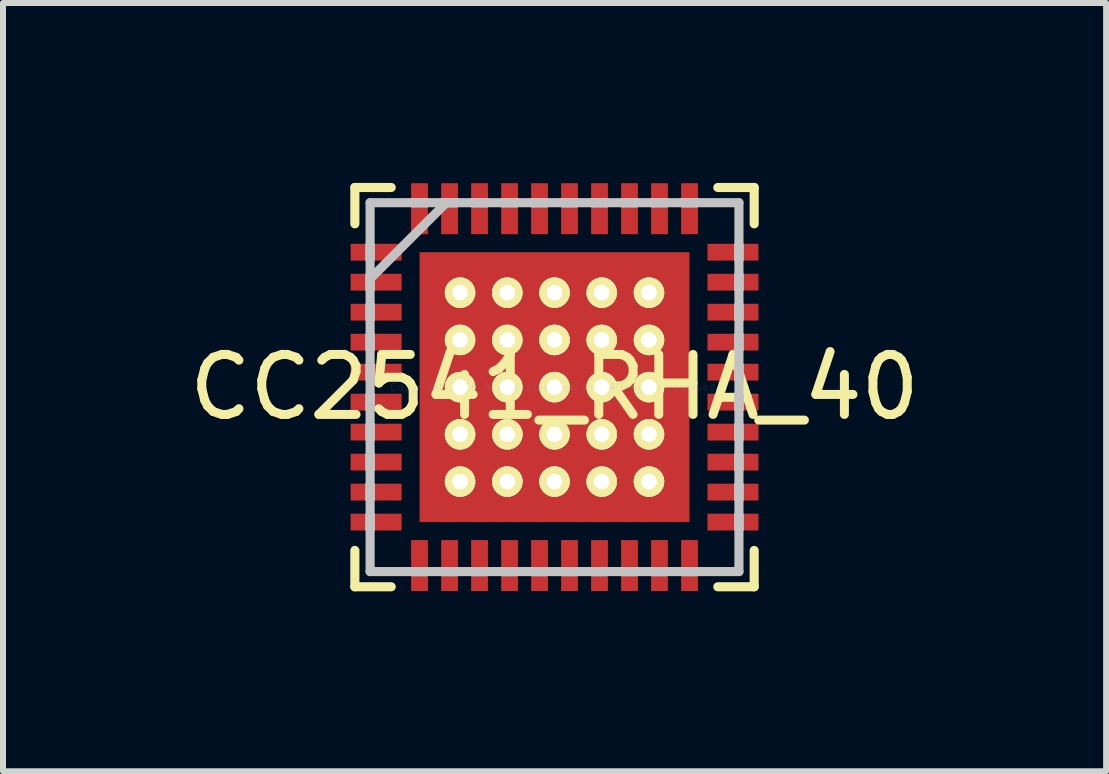
<source format=kicad_pcb>
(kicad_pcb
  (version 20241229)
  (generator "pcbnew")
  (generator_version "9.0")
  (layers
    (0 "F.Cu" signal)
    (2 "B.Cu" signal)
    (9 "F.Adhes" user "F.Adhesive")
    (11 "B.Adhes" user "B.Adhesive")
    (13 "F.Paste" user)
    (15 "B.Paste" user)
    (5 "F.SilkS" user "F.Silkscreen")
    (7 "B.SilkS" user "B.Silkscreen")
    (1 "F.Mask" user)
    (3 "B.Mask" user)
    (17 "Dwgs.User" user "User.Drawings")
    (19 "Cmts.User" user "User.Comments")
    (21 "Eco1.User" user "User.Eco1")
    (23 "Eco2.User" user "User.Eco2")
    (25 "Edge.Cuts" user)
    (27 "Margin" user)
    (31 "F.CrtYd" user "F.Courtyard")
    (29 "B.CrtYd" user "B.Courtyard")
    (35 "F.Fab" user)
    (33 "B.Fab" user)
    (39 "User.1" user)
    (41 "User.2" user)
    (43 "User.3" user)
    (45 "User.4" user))
  (footprint "CC2541_RHA_40"
    (layer "F.Cu")
    (at 6.196 3.405)
    (property "Reference" "CC2541_RHA_40" (at 0 0 0) (layer "F.SilkS") (effects (font (size 1 1) (thickness 0.15))))
    (attr through_hole)
    (fp_line (start -3.329 -3.329) (end -3.329 -2.723) (stroke (width 0.152) (type solid)) (layer "F.SilkS"))
    (fp_line (start -3.329 2.723) (end -3.329 3.329) (stroke (width 0.152) (type solid)) (layer "F.SilkS"))
    (fp_line (start -3.329 3.329) (end -2.723 3.329) (stroke (width 0.152) (type solid)) (layer "F.SilkS"))
    (fp_line (start -2.723 -3.329) (end -3.329 -3.329) (stroke (width 0.152) (type solid)) (layer "F.SilkS"))
    (fp_line (start 2.723 3.329) (end 3.329 3.329) (stroke (width 0.152) (type solid)) (layer "F.SilkS"))
    (fp_line (start 3.329 -3.329) (end 2.723 -3.329) (stroke (width 0.152) (type solid)) (layer "F.SilkS"))
    (fp_line (start 3.329 -2.723) (end 3.329 -3.329) (stroke (width 0.152) (type solid)) (layer "F.SilkS"))
    (fp_line (start 3.329 3.329) (end 3.329 2.723) (stroke (width 0.152) (type solid)) (layer "F.SilkS"))
    (fp_line (start -3.075 -3.075) (end -3.075 3.075) (stroke (width 0.152) (type solid)) (layer "Dwgs.User"))
    (fp_line (start -3.075 -2.365) (end -3.075 -2.365) (stroke (width 0.152) (type solid)) (layer "Dwgs.User"))
    (fp_line (start -3.075 -2.365) (end -3.075 -2.135) (stroke (width 0.152) (type solid)) (layer "Dwgs.User"))
    (fp_line (start -3.075 -2.135) (end -3.075 -2.365) (stroke (width 0.152) (type solid)) (layer "Dwgs.User"))
    (fp_line (start -3.075 -2.135) (end -3.075 -2.135) (stroke (width 0.152) (type solid)) (layer "Dwgs.User"))
    (fp_line (start -3.075 -1.865) (end -3.075 -1.865) (stroke (width 0.152) (type solid)) (layer "Dwgs.User"))
    (fp_line (start -3.075 -1.865) (end -3.075 -1.635) (stroke (width 0.152) (type solid)) (layer "Dwgs.User"))
    (fp_line (start -3.075 -1.805) (end -1.805 -3.075) (stroke (width 0.152) (type solid)) (layer "Dwgs.User"))
    (fp_line (start -3.075 -1.635) (end -3.075 -1.865) (stroke (width 0.152) (type solid)) (layer "Dwgs.User"))
    (fp_line (start -3.075 -1.635) (end -3.075 -1.635) (stroke (width 0.152) (type solid)) (layer "Dwgs.User"))
    (fp_line (start -3.075 -1.365) (end -3.075 -1.365) (stroke (width 0.152) (type solid)) (layer "Dwgs.User"))
    (fp_line (start -3.075 -1.365) (end -3.075 -1.135) (stroke (width 0.152) (type solid)) (layer "Dwgs.User"))
    (fp_line (start -3.075 -1.135) (end -3.075 -1.365) (stroke (width 0.152) (type solid)) (layer "Dwgs.User"))
    (fp_line (start -3.075 -1.135) (end -3.075 -1.135) (stroke (width 0.152) (type solid)) (layer "Dwgs.User"))
    (fp_line (start -3.075 -0.865) (end -3.075 -0.865) (stroke (width 0.152) (type solid)) (layer "Dwgs.User"))
    (fp_line (start -3.075 -0.865) (end -3.075 -0.635) (stroke (width 0.152) (type solid)) (layer "Dwgs.User"))
    (fp_line (start -3.075 -0.635) (end -3.075 -0.865) (stroke (width 0.152) (type solid)) (layer "Dwgs.User"))
    (fp_line (start -3.075 -0.635) (end -3.075 -0.635) (stroke (width 0.152) (type solid)) (layer "Dwgs.User"))
    (fp_line (start -3.075 -0.365) (end -3.075 -0.365) (stroke (width 0.152) (type solid)) (layer "Dwgs.User"))
    (fp_line (start -3.075 -0.365) (end -3.075 -0.135) (stroke (width 0.152) (type solid)) (layer "Dwgs.User"))
    (fp_line (start -3.075 -0.135) (end -3.075 -0.365) (stroke (width 0.152) (type solid)) (layer "Dwgs.User"))
    (fp_line (start -3.075 -0.135) (end -3.075 -0.135) (stroke (width 0.152) (type solid)) (layer "Dwgs.User"))
    (fp_line (start -3.075 0.135) (end -3.075 0.135) (stroke (width 0.152) (type solid)) (layer "Dwgs.User"))
    (fp_line (start -3.075 0.135) (end -3.075 0.365) (stroke (width 0.152) (type solid)) (layer "Dwgs.User"))
    (fp_line (start -3.075 0.365) (end -3.075 0.135) (stroke (width 0.152) (type solid)) (layer "Dwgs.User"))
    (fp_line (start -3.075 0.365) (end -3.075 0.365) (stroke (width 0.152) (type solid)) (layer "Dwgs.User"))
    (fp_line (start -3.075 0.635) (end -3.075 0.635) (stroke (width 0.152) (type solid)) (layer "Dwgs.User"))
    (fp_line (start -3.075 0.635) (end -3.075 0.865) (stroke (width 0.152) (type solid)) (layer "Dwgs.User"))
    (fp_line (start -3.075 0.865) (end -3.075 0.635) (stroke (width 0.152) (type solid)) (layer "Dwgs.User"))
    (fp_line (start -3.075 0.865) (end -3.075 0.865) (stroke (width 0.152) (type solid)) (layer "Dwgs.User"))
    (fp_line (start -3.075 1.135) (end -3.075 1.135) (stroke (width 0.152) (type solid)) (layer "Dwgs.User"))
    (fp_line (start -3.075 1.135) (end -3.075 1.365) (stroke (width 0.152) (type solid)) (layer "Dwgs.User"))
    (fp_line (start -3.075 1.365) (end -3.075 1.135) (stroke (width 0.152) (type solid)) (layer "Dwgs.User"))
    (fp_line (start -3.075 1.365) (end -3.075 1.365) (stroke (width 0.152) (type solid)) (layer "Dwgs.User"))
    (fp_line (start -3.075 1.635) (end -3.075 1.635) (stroke (width 0.152) (type solid)) (layer "Dwgs.User"))
    (fp_line (start -3.075 1.635) (end -3.075 1.865) (stroke (width 0.152) (type solid)) (layer "Dwgs.User"))
    (fp_line (start -3.075 1.865) (end -3.075 1.635) (stroke (width 0.152) (type solid)) (layer "Dwgs.User"))
    (fp_line (start -3.075 1.865) (end -3.075 1.865) (stroke (width 0.152) (type solid)) (layer "Dwgs.User"))
    (fp_line (start -3.075 2.135) (end -3.075 2.135) (stroke (width 0.152) (type solid)) (layer "Dwgs.User"))
    (fp_line (start -3.075 2.135) (end -3.075 2.365) (stroke (width 0.152) (type solid)) (layer "Dwgs.User"))
    (fp_line (start -3.075 2.365) (end -3.075 2.135) (stroke (width 0.152) (type solid)) (layer "Dwgs.User"))
    (fp_line (start -3.075 2.365) (end -3.075 2.365) (stroke (width 0.152) (type solid)) (layer "Dwgs.User"))
    (fp_line (start -3.075 3.075) (end 3.075 3.075) (stroke (width 0.152) (type solid)) (layer "Dwgs.User"))
    (fp_line (start -2.365 -3.075) (end -2.365 -3.075) (stroke (width 0.152) (type solid)) (layer "Dwgs.User"))
    (fp_line (start -2.365 -3.075) (end -2.135 -3.075) (stroke (width 0.152) (type solid)) (layer "Dwgs.User"))
    (fp_line (start -2.365 3.075) (end -2.365 3.075) (stroke (width 0.152) (type solid)) (layer "Dwgs.User"))
    (fp_line (start -2.365 3.075) (end -2.135 3.075) (stroke (width 0.152) (type solid)) (layer "Dwgs.User"))
    (fp_line (start -2.135 -3.075) (end -2.365 -3.075) (stroke (width 0.152) (type solid)) (layer "Dwgs.User"))
    (fp_line (start -2.135 -3.075) (end -2.135 -3.075) (stroke (width 0.152) (type solid)) (layer "Dwgs.User"))
    (fp_line (start -2.135 3.075) (end -2.365 3.075) (stroke (width 0.152) (type solid)) (layer "Dwgs.User"))
    (fp_line (start -2.135 3.075) (end -2.135 3.075) (stroke (width 0.152) (type solid)) (layer "Dwgs.User"))
    (fp_line (start -1.865 -3.075) (end -1.865 -3.075) (stroke (width 0.152) (type solid)) (layer "Dwgs.User"))
    (fp_line (start -1.865 -3.075) (end -1.635 -3.075) (stroke (width 0.152) (type solid)) (layer "Dwgs.User"))
    (fp_line (start -1.865 3.075) (end -1.865 3.075) (stroke (width 0.152) (type solid)) (layer "Dwgs.User"))
    (fp_line (start -1.865 3.075) (end -1.635 3.075) (stroke (width 0.152) (type solid)) (layer "Dwgs.User"))
    (fp_line (start -1.635 -3.075) (end -1.865 -3.075) (stroke (width 0.152) (type solid)) (layer "Dwgs.User"))
    (fp_line (start -1.635 -3.075) (end -1.635 -3.075) (stroke (width 0.152) (type solid)) (layer "Dwgs.User"))
    (fp_line (start -1.635 3.075) (end -1.865 3.075) (stroke (width 0.152) (type solid)) (layer "Dwgs.User"))
    (fp_line (start -1.635 3.075) (end -1.635 3.075) (stroke (width 0.152) (type solid)) (layer "Dwgs.User"))
    (fp_line (start -1.365 -3.075) (end -1.365 -3.075) (stroke (width 0.152) (type solid)) (layer "Dwgs.User"))
    (fp_line (start -1.365 -3.075) (end -1.135 -3.075) (stroke (width 0.152) (type solid)) (layer "Dwgs.User"))
    (fp_line (start -1.365 3.075) (end -1.365 3.075) (stroke (width 0.152) (type solid)) (layer "Dwgs.User"))
    (fp_line (start -1.365 3.075) (end -1.135 3.075) (stroke (width 0.152) (type solid)) (layer "Dwgs.User"))
    (fp_line (start -1.135 -3.075) (end -1.365 -3.075) (stroke (width 0.152) (type solid)) (layer "Dwgs.User"))
    (fp_line (start -1.135 -3.075) (end -1.135 -3.075) (stroke (width 0.152) (type solid)) (layer "Dwgs.User"))
    (fp_line (start -1.135 3.075) (end -1.365 3.075) (stroke (width 0.152) (type solid)) (layer "Dwgs.User"))
    (fp_line (start -1.135 3.075) (end -1.135 3.075) (stroke (width 0.152) (type solid)) (layer "Dwgs.User"))
    (fp_line (start -0.865 -3.075) (end -0.865 -3.075) (stroke (width 0.152) (type solid)) (layer "Dwgs.User"))
    (fp_line (start -0.865 -3.075) (end -0.635 -3.075) (stroke (width 0.152) (type solid)) (layer "Dwgs.User"))
    (fp_line (start -0.865 3.075) (end -0.865 3.075) (stroke (width 0.152) (type solid)) (layer "Dwgs.User"))
    (fp_line (start -0.865 3.075) (end -0.635 3.075) (stroke (width 0.152) (type solid)) (layer "Dwgs.User"))
    (fp_line (start -0.635 -3.075) (end -0.865 -3.075) (stroke (width 0.152) (type solid)) (layer "Dwgs.User"))
    (fp_line (start -0.635 -3.075) (end -0.635 -3.075) (stroke (width 0.152) (type solid)) (layer "Dwgs.User"))
    (fp_line (start -0.635 3.075) (end -0.865 3.075) (stroke (width 0.152) (type solid)) (layer "Dwgs.User"))
    (fp_line (start -0.635 3.075) (end -0.635 3.075) (stroke (width 0.152) (type solid)) (layer "Dwgs.User"))
    (fp_line (start -0.365 -3.075) (end -0.365 -3.075) (stroke (width 0.152) (type solid)) (layer "Dwgs.User"))
    (fp_line (start -0.365 -3.075) (end -0.135 -3.075) (stroke (width 0.152) (type solid)) (layer "Dwgs.User"))
    (fp_line (start -0.365 3.075) (end -0.365 3.075) (stroke (width 0.152) (type solid)) (layer "Dwgs.User"))
    (fp_line (start -0.365 3.075) (end -0.135 3.075) (stroke (width 0.152) (type solid)) (layer "Dwgs.User"))
    (fp_line (start -0.135 -3.075) (end -0.365 -3.075) (stroke (width 0.152) (type solid)) (layer "Dwgs.User"))
    (fp_line (start -0.135 -3.075) (end -0.135 -3.075) (stroke (width 0.152) (type solid)) (layer "Dwgs.User"))
    (fp_line (start -0.135 3.075) (end -0.365 3.075) (stroke (width 0.152) (type solid)) (layer "Dwgs.User"))
    (fp_line (start -0.135 3.075) (end -0.135 3.075) (stroke (width 0.152) (type solid)) (layer "Dwgs.User"))
    (fp_line (start 0.135 -3.075) (end 0.135 -3.075) (stroke (width 0.152) (type solid)) (layer "Dwgs.User"))
    (fp_line (start 0.135 -3.075) (end 0.365 -3.075) (stroke (width 0.152) (type solid)) (layer "Dwgs.User"))
    (fp_line (start 0.135 3.075) (end 0.135 3.075) (stroke (width 0.152) (type solid)) (layer "Dwgs.User"))
    (fp_line (start 0.135 3.075) (end 0.365 3.075) (stroke (width 0.152) (type solid)) (layer "Dwgs.User"))
    (fp_line (start 0.365 -3.075) (end 0.135 -3.075) (stroke (width 0.152) (type solid)) (layer "Dwgs.User"))
    (fp_line (start 0.365 -3.075) (end 0.365 -3.075) (stroke (width 0.152) (type solid)) (layer "Dwgs.User"))
    (fp_line (start 0.365 3.075) (end 0.135 3.075) (stroke (width 0.152) (type solid)) (layer "Dwgs.User"))
    (fp_line (start 0.365 3.075) (end 0.365 3.075) (stroke (width 0.152) (type solid)) (layer "Dwgs.User"))
    (fp_line (start 0.635 -3.075) (end 0.635 -3.075) (stroke (width 0.152) (type solid)) (layer "Dwgs.User"))
    (fp_line (start 0.635 -3.075) (end 0.865 -3.075) (stroke (width 0.152) (type solid)) (layer "Dwgs.User"))
    (fp_line (start 0.635 3.075) (end 0.635 3.075) (stroke (width 0.152) (type solid)) (layer "Dwgs.User"))
    (fp_line (start 0.635 3.075) (end 0.865 3.075) (stroke (width 0.152) (type solid)) (layer "Dwgs.User"))
    (fp_line (start 0.865 -3.075) (end 0.635 -3.075) (stroke (width 0.152) (type solid)) (layer "Dwgs.User"))
    (fp_line (start 0.865 -3.075) (end 0.865 -3.075) (stroke (width 0.152) (type solid)) (layer "Dwgs.User"))
    (fp_line (start 0.865 3.075) (end 0.635 3.075) (stroke (width 0.152) (type solid)) (layer "Dwgs.User"))
    (fp_line (start 0.865 3.075) (end 0.865 3.075) (stroke (width 0.152) (type solid)) (layer "Dwgs.User"))
    (fp_line (start 1.135 -3.075) (end 1.135 -3.075) (stroke (width 0.152) (type solid)) (layer "Dwgs.User"))
    (fp_line (start 1.135 -3.075) (end 1.365 -3.075) (stroke (width 0.152) (type solid)) (layer "Dwgs.User"))
    (fp_line (start 1.135 3.075) (end 1.135 3.075) (stroke (width 0.152) (type solid)) (layer "Dwgs.User"))
    (fp_line (start 1.135 3.075) (end 1.365 3.075) (stroke (width 0.152) (type solid)) (layer "Dwgs.User"))
    (fp_line (start 1.365 -3.075) (end 1.135 -3.075) (stroke (width 0.152) (type solid)) (layer "Dwgs.User"))
    (fp_line (start 1.365 -3.075) (end 1.365 -3.075) (stroke (width 0.152) (type solid)) (layer "Dwgs.User"))
    (fp_line (start 1.365 3.075) (end 1.135 3.075) (stroke (width 0.152) (type solid)) (layer "Dwgs.User"))
    (fp_line (start 1.365 3.075) (end 1.365 3.075) (stroke (width 0.152) (type solid)) (layer "Dwgs.User"))
    (fp_line (start 1.635 -3.075) (end 1.635 -3.075) (stroke (width 0.152) (type solid)) (layer "Dwgs.User"))
    (fp_line (start 1.635 -3.075) (end 1.865 -3.075) (stroke (width 0.152) (type solid)) (layer "Dwgs.User"))
    (fp_line (start 1.635 3.075) (end 1.635 3.075) (stroke (width 0.152) (type solid)) (layer "Dwgs.User"))
    (fp_line (start 1.635 3.075) (end 1.865 3.075) (stroke (width 0.152) (type solid)) (layer "Dwgs.User"))
    (fp_line (start 1.865 -3.075) (end 1.635 -3.075) (stroke (width 0.152) (type solid)) (layer "Dwgs.User"))
    (fp_line (start 1.865 -3.075) (end 1.865 -3.075) (stroke (width 0.152) (type solid)) (layer "Dwgs.User"))
    (fp_line (start 1.865 3.075) (end 1.635 3.075) (stroke (width 0.152) (type solid)) (layer "Dwgs.User"))
    (fp_line (start 1.865 3.075) (end 1.865 3.075) (stroke (width 0.152) (type solid)) (layer "Dwgs.User"))
    (fp_line (start 2.135 -3.075) (end 2.135 -3.075) (stroke (width 0.152) (type solid)) (layer "Dwgs.User"))
    (fp_line (start 2.135 -3.075) (end 2.365 -3.075) (stroke (width 0.152) (type solid)) (layer "Dwgs.User"))
    (fp_line (start 2.135 3.075) (end 2.135 3.075) (stroke (width 0.152) (type solid)) (layer "Dwgs.User"))
    (fp_line (start 2.135 3.075) (end 2.365 3.075) (stroke (width 0.152) (type solid)) (layer "Dwgs.User"))
    (fp_line (start 2.365 -3.075) (end 2.135 -3.075) (stroke (width 0.152) (type solid)) (layer "Dwgs.User"))
    (fp_line (start 2.365 -3.075) (end 2.365 -3.075) (stroke (width 0.152) (type solid)) (layer "Dwgs.User"))
    (fp_line (start 2.365 3.075) (end 2.135 3.075) (stroke (width 0.152) (type solid)) (layer "Dwgs.User"))
    (fp_line (start 2.365 3.075) (end 2.365 3.075) (stroke (width 0.152) (type solid)) (layer "Dwgs.User"))
    (fp_line (start 3.075 -3.075) (end -3.075 -3.075) (stroke (width 0.152) (type solid)) (layer "Dwgs.User"))
    (fp_line (start 3.075 -2.365) (end 3.075 -2.365) (stroke (width 0.152) (type solid)) (layer "Dwgs.User"))
    (fp_line (start 3.075 -2.365) (end 3.075 -2.135) (stroke (width 0.152) (type solid)) (layer "Dwgs.User"))
    (fp_line (start 3.075 -2.135) (end 3.075 -2.365) (stroke (width 0.152) (type solid)) (layer "Dwgs.User"))
    (fp_line (start 3.075 -2.135) (end 3.075 -2.135) (stroke (width 0.152) (type solid)) (layer "Dwgs.User"))
    (fp_line (start 3.075 -1.865) (end 3.075 -1.865) (stroke (width 0.152) (type solid)) (layer "Dwgs.User"))
    (fp_line (start 3.075 -1.865) (end 3.075 -1.635) (stroke (width 0.152) (type solid)) (layer "Dwgs.User"))
    (fp_line (start 3.075 -1.635) (end 3.075 -1.865) (stroke (width 0.152) (type solid)) (layer "Dwgs.User"))
    (fp_line (start 3.075 -1.635) (end 3.075 -1.635) (stroke (width 0.152) (type solid)) (layer "Dwgs.User"))
    (fp_line (start 3.075 -1.365) (end 3.075 -1.365) (stroke (width 0.152) (type solid)) (layer "Dwgs.User"))
    (fp_line (start 3.075 -1.365) (end 3.075 -1.135) (stroke (width 0.152) (type solid)) (layer "Dwgs.User"))
    (fp_line (start 3.075 -1.135) (end 3.075 -1.365) (stroke (width 0.152) (type solid)) (layer "Dwgs.User"))
    (fp_line (start 3.075 -1.135) (end 3.075 -1.135) (stroke (width 0.152) (type solid)) (layer "Dwgs.User"))
    (fp_line (start 3.075 -0.865) (end 3.075 -0.865) (stroke (width 0.152) (type solid)) (layer "Dwgs.User"))
    (fp_line (start 3.075 -0.865) (end 3.075 -0.635) (stroke (width 0.152) (type solid)) (layer "Dwgs.User"))
    (fp_line (start 3.075 -0.635) (end 3.075 -0.865) (stroke (width 0.152) (type solid)) (layer "Dwgs.User"))
    (fp_line (start 3.075 -0.635) (end 3.075 -0.635) (stroke (width 0.152) (type solid)) (layer "Dwgs.User"))
    (fp_line (start 3.075 -0.365) (end 3.075 -0.365) (stroke (width 0.152) (type solid)) (layer "Dwgs.User"))
    (fp_line (start 3.075 -0.365) (end 3.075 -0.135) (stroke (width 0.152) (type solid)) (layer "Dwgs.User"))
    (fp_line (start 3.075 -0.135) (end 3.075 -0.365) (stroke (width 0.152) (type solid)) (layer "Dwgs.User"))
    (fp_line (start 3.075 -0.135) (end 3.075 -0.135) (stroke (width 0.152) (type solid)) (layer "Dwgs.User"))
    (fp_line (start 3.075 0.135) (end 3.075 0.135) (stroke (width 0.152) (type solid)) (layer "Dwgs.User"))
    (fp_line (start 3.075 0.135) (end 3.075 0.365) (stroke (width 0.152) (type solid)) (layer "Dwgs.User"))
    (fp_line (start 3.075 0.365) (end 3.075 0.135) (stroke (width 0.152) (type solid)) (layer "Dwgs.User"))
    (fp_line (start 3.075 0.365) (end 3.075 0.365) (stroke (width 0.152) (type solid)) (layer "Dwgs.User"))
    (fp_line (start 3.075 0.635) (end 3.075 0.635) (stroke (width 0.152) (type solid)) (layer "Dwgs.User"))
    (fp_line (start 3.075 0.635) (end 3.075 0.865) (stroke (width 0.152) (type solid)) (layer "Dwgs.User"))
    (fp_line (start 3.075 0.865) (end 3.075 0.635) (stroke (width 0.152) (type solid)) (layer "Dwgs.User"))
    (fp_line (start 3.075 0.865) (end 3.075 0.865) (stroke (width 0.152) (type solid)) (layer "Dwgs.User"))
    (fp_line (start 3.075 1.135) (end 3.075 1.135) (stroke (width 0.152) (type solid)) (layer "Dwgs.User"))
    (fp_line (start 3.075 1.135) (end 3.075 1.365) (stroke (width 0.152) (type solid)) (layer "Dwgs.User"))
    (fp_line (start 3.075 1.365) (end 3.075 1.135) (stroke (width 0.152) (type solid)) (layer "Dwgs.User"))
    (fp_line (start 3.075 1.365) (end 3.075 1.365) (stroke (width 0.152) (type solid)) (layer "Dwgs.User"))
    (fp_line (start 3.075 1.635) (end 3.075 1.635) (stroke (width 0.152) (type solid)) (layer "Dwgs.User"))
    (fp_line (start 3.075 1.635) (end 3.075 1.865) (stroke (width 0.152) (type solid)) (layer "Dwgs.User"))
    (fp_line (start 3.075 1.865) (end 3.075 1.635) (stroke (width 0.152) (type solid)) (layer "Dwgs.User"))
    (fp_line (start 3.075 1.865) (end 3.075 1.865) (stroke (width 0.152) (type solid)) (layer "Dwgs.User"))
    (fp_line (start 3.075 2.135) (end 3.075 2.135) (stroke (width 0.152) (type solid)) (layer "Dwgs.User"))
    (fp_line (start 3.075 2.135) (end 3.075 2.365) (stroke (width 0.152) (type solid)) (layer "Dwgs.User"))
    (fp_line (start 3.075 2.365) (end 3.075 2.135) (stroke (width 0.152) (type solid)) (layer "Dwgs.User"))
    (fp_line (start 3.075 2.365) (end 3.075 2.365) (stroke (width 0.152) (type solid)) (layer "Dwgs.User"))
    (fp_line (start 3.075 3.075) (end 3.075 -3.075) (stroke (width 0.152) (type solid)) (layer "Dwgs.User"))
    (fp_text user "Copyright 2016 Accelerated Designs. All rights reserved." (at 0 0 0) (layer "Cmts.User") (effects (font (size 0.127 0.127) (thickness 0.002))))
    (pad "" smd circle (at -2.975 -2.25 90) (size 0.025 0.025) (layers "F.Paste"))
    (pad "" smd circle (at -2.975 -1.75 90) (size 0.025 0.025) (layers "F.Paste"))
    (pad "" smd circle (at -2.975 -1.25 90) (size 0.025 0.025) (layers "F.Paste"))
    (pad "" smd circle (at -2.975 -0.75 90) (size 0.025 0.025) (layers "F.Paste"))
    (pad "" smd circle (at -2.975 -0.25 90) (size 0.025 0.025) (layers "F.Paste"))
    (pad "" smd circle (at -2.975 0.25 90) (size 0.025 0.025) (layers "F.Paste"))
    (pad "" smd circle (at -2.975 0.75 90) (size 0.025 0.025) (layers "F.Paste"))
    (pad "" smd circle (at -2.975 1.25 90) (size 0.025 0.025) (layers "F.Paste"))
    (pad "" smd circle (at -2.975 1.75 90) (size 0.025 0.025) (layers "F.Paste"))
    (pad "" smd circle (at -2.975 2.25 90) (size 0.025 0.025) (layers "F.Paste"))
    (pad "" smd circle (at -2.251 -2.975) (size 0.025 0.025) (layers "F.Paste"))
    (pad "" smd circle (at -2.251 2.975) (size 0.025 0.025) (layers "F.Paste"))
    (pad "" smd circle (at -1.75 -2.975) (size 0.025 0.025) (layers "F.Paste"))
    (pad "" smd circle (at -1.75 2.975) (size 0.025 0.025) (layers "F.Paste"))
    (pad "" smd circle (at -1.25 -2.975) (size 0.025 0.025) (layers "F.Paste"))
    (pad "" smd circle (at -1.25 2.975) (size 0.025 0.025) (layers "F.Paste"))
    (pad "" smd circle (at -0.75 -2.975) (size 0.025 0.025) (layers "F.Paste"))
    (pad "" smd circle (at -0.75 2.975) (size 0.025 0.025) (layers "F.Paste"))
    (pad "" smd circle (at -0.25 -2.975) (size 0.025 0.025) (layers "F.Paste"))
    (pad "" smd circle (at -0.25 2.975) (size 0.025 0.025) (layers "F.Paste"))
    (pad "" smd rect (at 0 0) (size 0.025 0.025) (layers "F.Mask"))
    (pad "" smd rect (at 0 0) (size 0.025 0.025) (layers "F.Paste"))
    (pad "" smd circle (at 0.25 -2.975) (size 0.025 0.025) (layers "F.Paste"))
    (pad "" smd circle (at 0.25 2.975) (size 0.025 0.025) (layers "F.Paste"))
    (pad "" smd circle (at 0.75 -2.975) (size 0.025 0.025) (layers "F.Paste"))
    (pad "" smd circle (at 0.75 2.975) (size 0.025 0.025) (layers "F.Paste"))
    (pad "" smd circle (at 1.25 -2.975) (size 0.025 0.025) (layers "F.Paste"))
    (pad "" smd circle (at 1.25 2.975) (size 0.025 0.025) (layers "F.Paste"))
    (pad "" smd circle (at 1.75 -2.975) (size 0.025 0.025) (layers "F.Paste"))
    (pad "" smd circle (at 1.75 2.975) (size 0.025 0.025) (layers "F.Paste"))
    (pad "" smd circle (at 2.251 -2.975) (size 0.025 0.025) (layers "F.Paste"))
    (pad "" smd circle (at 2.251 2.975) (size 0.025 0.025) (layers "F.Paste"))
    (pad "" smd circle (at 2.975 -2.25 90) (size 0.025 0.025) (layers "F.Paste"))
    (pad "" smd circle (at 2.975 -1.75 90) (size 0.025 0.025) (layers "F.Paste"))
    (pad "" smd circle (at 2.975 -1.25 90) (size 0.025 0.025) (layers "F.Paste"))
    (pad "" smd circle (at 2.975 -0.75 90) (size 0.025 0.025) (layers "F.Paste"))
    (pad "" smd circle (at 2.975 -0.25 90) (size 0.025 0.025) (layers "F.Paste"))
    (pad "" smd circle (at 2.975 0.25 90) (size 0.025 0.025) (layers "F.Paste"))
    (pad "" smd circle (at 2.975 0.75 90) (size 0.025 0.025) (layers "F.Paste"))
    (pad "" smd circle (at 2.975 1.25 90) (size 0.025 0.025) (layers "F.Paste"))
    (pad "" smd circle (at 2.975 1.75 90) (size 0.025 0.025) (layers "F.Paste"))
    (pad "" smd circle (at 2.975 2.25 90) (size 0.025 0.025) (layers "F.Paste"))
    (pad "1" smd rect (at -2.975 -2.25 90) (size 0.28 0.85) (layers "F.Cu"))
    (pad "2" smd rect (at -2.975 -1.75 90) (size 0.28 0.85) (layers "F.Cu"))
    (pad "3" smd rect (at -2.975 -1.25 90) (size 0.28 0.85) (layers "F.Cu"))
    (pad "4" smd rect (at -2.975 -0.75 90) (size 0.28 0.85) (layers "F.Cu"))
    (pad "5" smd rect (at -2.975 -0.25 90) (size 0.28 0.85) (layers "F.Cu"))
    (pad "6" smd rect (at -2.975 0.25 90) (size 0.28 0.85) (layers "F.Cu"))
    (pad "7" smd rect (at -2.975 0.75 90) (size 0.28 0.85) (layers "F.Cu"))
    (pad "8" smd rect (at -2.975 1.25 90) (size 0.28 0.85) (layers "F.Cu"))
    (pad "9" smd rect (at -2.975 1.75 90) (size 0.28 0.85) (layers "F.Cu"))
    (pad "10" smd rect (at -2.975 2.25 90) (size 0.28 0.85) (layers "F.Cu"))
    (pad "11" smd rect (at -2.251 2.975) (size 0.28 0.85) (layers "F.Cu"))
    (pad "12" smd rect (at -1.75 2.975) (size 0.28 0.85) (layers "F.Cu"))
    (pad "13" smd rect (at -1.25 2.975) (size 0.28 0.85) (layers "F.Cu"))
    (pad "14" smd rect (at -0.75 2.975) (size 0.28 0.85) (layers "F.Cu"))
    (pad "15" smd rect (at -0.25 2.975) (size 0.28 0.85) (layers "F.Cu"))
    (pad "16" smd rect (at 0.25 2.975) (size 0.28 0.85) (layers "F.Cu"))
    (pad "17" smd rect (at 0.75 2.975) (size 0.28 0.85) (layers "F.Cu"))
    (pad "18" smd rect (at 1.25 2.975) (size 0.28 0.85) (layers "F.Cu"))
    (pad "19" smd rect (at 1.75 2.975) (size 0.28 0.85) (layers "F.Cu"))
    (pad "20" smd rect (at 2.251 2.975) (size 0.28 0.85) (layers "F.Cu"))
    (pad "21" smd rect (at 2.975 2.25 90) (size 0.28 0.85) (layers "F.Cu"))
    (pad "22" smd rect (at 2.975 1.75 90) (size 0.28 0.85) (layers "F.Cu"))
    (pad "23" smd rect (at 2.975 1.25 90) (size 0.28 0.85) (layers "F.Cu"))
    (pad "24" smd rect (at 2.975 0.75 90) (size 0.28 0.85) (layers "F.Cu"))
    (pad "25" smd rect (at 2.975 0.25 90) (size 0.28 0.85) (layers "F.Cu"))
    (pad "26" smd rect (at 2.975 -0.25 90) (size 0.28 0.85) (layers "F.Cu"))
    (pad "27" smd rect (at 2.975 -0.75 90) (size 0.28 0.85) (layers "F.Cu"))
    (pad "28" smd rect (at 2.975 -1.25 90) (size 0.28 0.85) (layers "F.Cu"))
    (pad "29" smd rect (at 2.975 -1.75 90) (size 0.28 0.85) (layers "F.Cu"))
    (pad "30" smd rect (at 2.975 -2.25 90) (size 0.28 0.85) (layers "F.Cu"))
    (pad "31" smd rect (at 2.251 -2.975) (size 0.28 0.85) (layers "F.Cu"))
    (pad "32" smd rect (at 1.75 -2.975) (size 0.28 0.85) (layers "F.Cu"))
    (pad "33" smd rect (at 1.25 -2.975) (size 0.28 0.85) (layers "F.Cu"))
    (pad "34" smd rect (at 0.75 -2.975) (size 0.28 0.85) (layers "F.Cu"))
    (pad "35" smd rect (at 0.25 -2.975) (size 0.28 0.85) (layers "F.Cu"))
    (pad "36" smd rect (at -0.25 -2.975) (size 0.28 0.85) (layers "F.Cu"))
    (pad "37" smd rect (at -0.75 -2.975) (size 0.28 0.85) (layers "F.Cu"))
    (pad "38" smd rect (at -1.25 -2.975) (size 0.28 0.85) (layers "F.Cu"))
    (pad "39" smd rect (at -1.75 -2.975) (size 0.28 0.85) (layers "F.Cu"))
    (pad "40" smd rect (at -2.251 -2.975) (size 0.28 0.85) (layers "F.Cu"))
    (pad "41" smd rect (at 0 0) (size 4.5 4.5) (layers "F.Cu"))
    (pad "V" thru_hole circle (at -1.575 -1.575) (size 0.508 0.508) (drill 0.254) (layers "*.Cu" "F.SilkS"))
    (pad "V" thru_hole circle (at -1.575 -1.575) (size 0.508 0.508) (drill 0.254) (layers "*.Cu" "F.SilkS"))
    (pad "V" thru_hole circle (at -1.575 -0.787) (size 0.508 0.508) (drill 0.254) (layers "*.Cu" "F.SilkS"))
    (pad "V" thru_hole circle (at -1.575 -0.787) (size 0.508 0.508) (drill 0.254) (layers "*.Cu" "F.SilkS"))
    (pad "V" thru_hole circle (at -1.575 0) (size 0.508 0.508) (drill 0.254) (layers "*.Cu" "F.SilkS"))
    (pad "V" thru_hole circle (at -1.575 0) (size 0.508 0.508) (drill 0.254) (layers "*.Cu" "F.SilkS"))
    (pad "V" thru_hole circle (at -1.575 0.787) (size 0.508 0.508) (drill 0.254) (layers "*.Cu" "F.SilkS"))
    (pad "V" thru_hole circle (at -1.575 0.787) (size 0.508 0.508) (drill 0.254) (layers "*.Cu" "F.SilkS"))
    (pad "V" thru_hole circle (at -1.575 1.575) (size 0.508 0.508) (drill 0.254) (layers "*.Cu" "F.SilkS"))
    (pad "V" thru_hole circle (at -1.575 1.575) (size 0.508 0.508) (drill 0.254) (layers "*.Cu" "F.SilkS"))
    (pad "V" thru_hole circle (at -0.787 -1.575) (size 0.508 0.508) (drill 0.254) (layers "*.Cu" "F.SilkS"))
    (pad "V" thru_hole circle (at -0.787 -1.575) (size 0.508 0.508) (drill 0.254) (layers "*.Cu" "F.SilkS"))
    (pad "V" thru_hole circle (at -0.787 -0.787) (size 0.508 0.508) (drill 0.254) (layers "*.Cu" "F.SilkS"))
    (pad "V" thru_hole circle (at -0.787 -0.787) (size 0.508 0.508) (drill 0.254) (layers "*.Cu" "F.SilkS"))
    (pad "V" thru_hole circle (at -0.787 0) (size 0.508 0.508) (drill 0.254) (layers "*.Cu" "F.SilkS"))
    (pad "V" thru_hole circle (at -0.787 0) (size 0.508 0.508) (drill 0.254) (layers "*.Cu" "F.SilkS"))
    (pad "V" thru_hole circle (at -0.787 0.787) (size 0.508 0.508) (drill 0.254) (layers "*.Cu" "F.SilkS"))
    (pad "V" thru_hole circle (at -0.787 0.787) (size 0.508 0.508) (drill 0.254) (layers "*.Cu" "F.SilkS"))
    (pad "V" thru_hole circle (at -0.787 1.575) (size 0.508 0.508) (drill 0.254) (layers "*.Cu" "F.SilkS"))
    (pad "V" thru_hole circle (at -0.787 1.575) (size 0.508 0.508) (drill 0.254) (layers "*.Cu" "F.SilkS"))
    (pad "V" thru_hole circle (at 0 -1.575) (size 0.508 0.508) (drill 0.254) (layers "*.Cu" "F.SilkS"))
    (pad "V" thru_hole circle (at 0 -1.575) (size 0.508 0.508) (drill 0.254) (layers "*.Cu" "F.SilkS"))
    (pad "V" thru_hole circle (at 0 -0.787) (size 0.508 0.508) (drill 0.254) (layers "*.Cu" "F.SilkS"))
    (pad "V" thru_hole circle (at 0 -0.787) (size 0.508 0.508) (drill 0.254) (layers "*.Cu" "F.SilkS"))
    (pad "V" thru_hole circle (at 0 0) (size 0.508 0.508) (drill 0.254) (layers "*.Cu" "F.SilkS"))
    (pad "V" thru_hole circle (at 0 0) (size 0.508 0.508) (drill 0.254) (layers "*.Cu" "F.SilkS"))
    (pad "V" thru_hole circle (at 0 0.787) (size 0.508 0.508) (drill 0.254) (layers "*.Cu" "F.SilkS"))
    (pad "V" thru_hole circle (at 0 0.787) (size 0.508 0.508) (drill 0.254) (layers "*.Cu" "F.SilkS"))
    (pad "V" thru_hole circle (at 0 1.575) (size 0.508 0.508) (drill 0.254) (layers "*.Cu" "F.SilkS"))
    (pad "V" thru_hole circle (at 0 1.575) (size 0.508 0.508) (drill 0.254) (layers "*.Cu" "F.SilkS"))
    (pad "V" thru_hole circle (at 0.787 -1.575) (size 0.508 0.508) (drill 0.254) (layers "*.Cu" "F.SilkS"))
    (pad "V" thru_hole circle (at 0.787 -1.575) (size 0.508 0.508) (drill 0.254) (layers "*.Cu" "F.SilkS"))
    (pad "V" thru_hole circle (at 0.787 -0.787) (size 0.508 0.508) (drill 0.254) (layers "*.Cu" "F.SilkS"))
    (pad "V" thru_hole circle (at 0.787 -0.787) (size 0.508 0.508) (drill 0.254) (layers "*.Cu" "F.SilkS"))
    (pad "V" thru_hole circle (at 0.787 0) (size 0.508 0.508) (drill 0.254) (layers "*.Cu" "F.SilkS"))
    (pad "V" thru_hole circle (at 0.787 0) (size 0.508 0.508) (drill 0.254) (layers "*.Cu" "F.SilkS"))
    (pad "V" thru_hole circle (at 0.787 0.787) (size 0.508 0.508) (drill 0.254) (layers "*.Cu" "F.SilkS"))
    (pad "V" thru_hole circle (at 0.787 0.787) (size 0.508 0.508) (drill 0.254) (layers "*.Cu" "F.SilkS"))
    (pad "V" thru_hole circle (at 0.787 1.575) (size 0.508 0.508) (drill 0.254) (layers "*.Cu" "F.SilkS"))
    (pad "V" thru_hole circle (at 0.787 1.575) (size 0.508 0.508) (drill 0.254) (layers "*.Cu" "F.SilkS"))
    (pad "V" thru_hole circle (at 1.575 -1.575) (size 0.508 0.508) (drill 0.254) (layers "*.Cu" "F.SilkS"))
    (pad "V" thru_hole circle (at 1.575 -1.575) (size 0.508 0.508) (drill 0.254) (layers "*.Cu" "F.SilkS"))
    (pad "V" thru_hole circle (at 1.575 -0.787) (size 0.508 0.508) (drill 0.254) (layers "*.Cu" "F.SilkS"))
    (pad "V" thru_hole circle (at 1.575 -0.787) (size 0.508 0.508) (drill 0.254) (layers "*.Cu" "F.SilkS"))
    (pad "V" thru_hole circle (at 1.575 0) (size 0.508 0.508) (drill 0.254) (layers "*.Cu" "F.SilkS"))
    (pad "V" thru_hole circle (at 1.575 0) (size 0.508 0.508) (drill 0.254) (layers "*.Cu" "F.SilkS"))
    (pad "V" thru_hole circle (at 1.575 0.787) (size 0.508 0.508) (drill 0.254) (layers "*.Cu" "F.SilkS"))
    (pad "V" thru_hole circle (at 1.575 0.787) (size 0.508 0.508) (drill 0.254) (layers "*.Cu" "F.SilkS"))
    (pad "V" thru_hole circle (at 1.575 1.575) (size 0.508 0.508) (drill 0.254) (layers "*.Cu" "F.SilkS"))
    (pad "V" thru_hole circle (at 1.575 1.575) (size 0.508 0.508) (drill 0.254) (layers "*.Cu" "F.SilkS")))
  (gr_rect
    (start -3 -3)
    (end 15.393 9.81)
    (stroke (width 0.1) (type default))
    (fill no)
    (layer "Edge.Cuts")))
</source>
